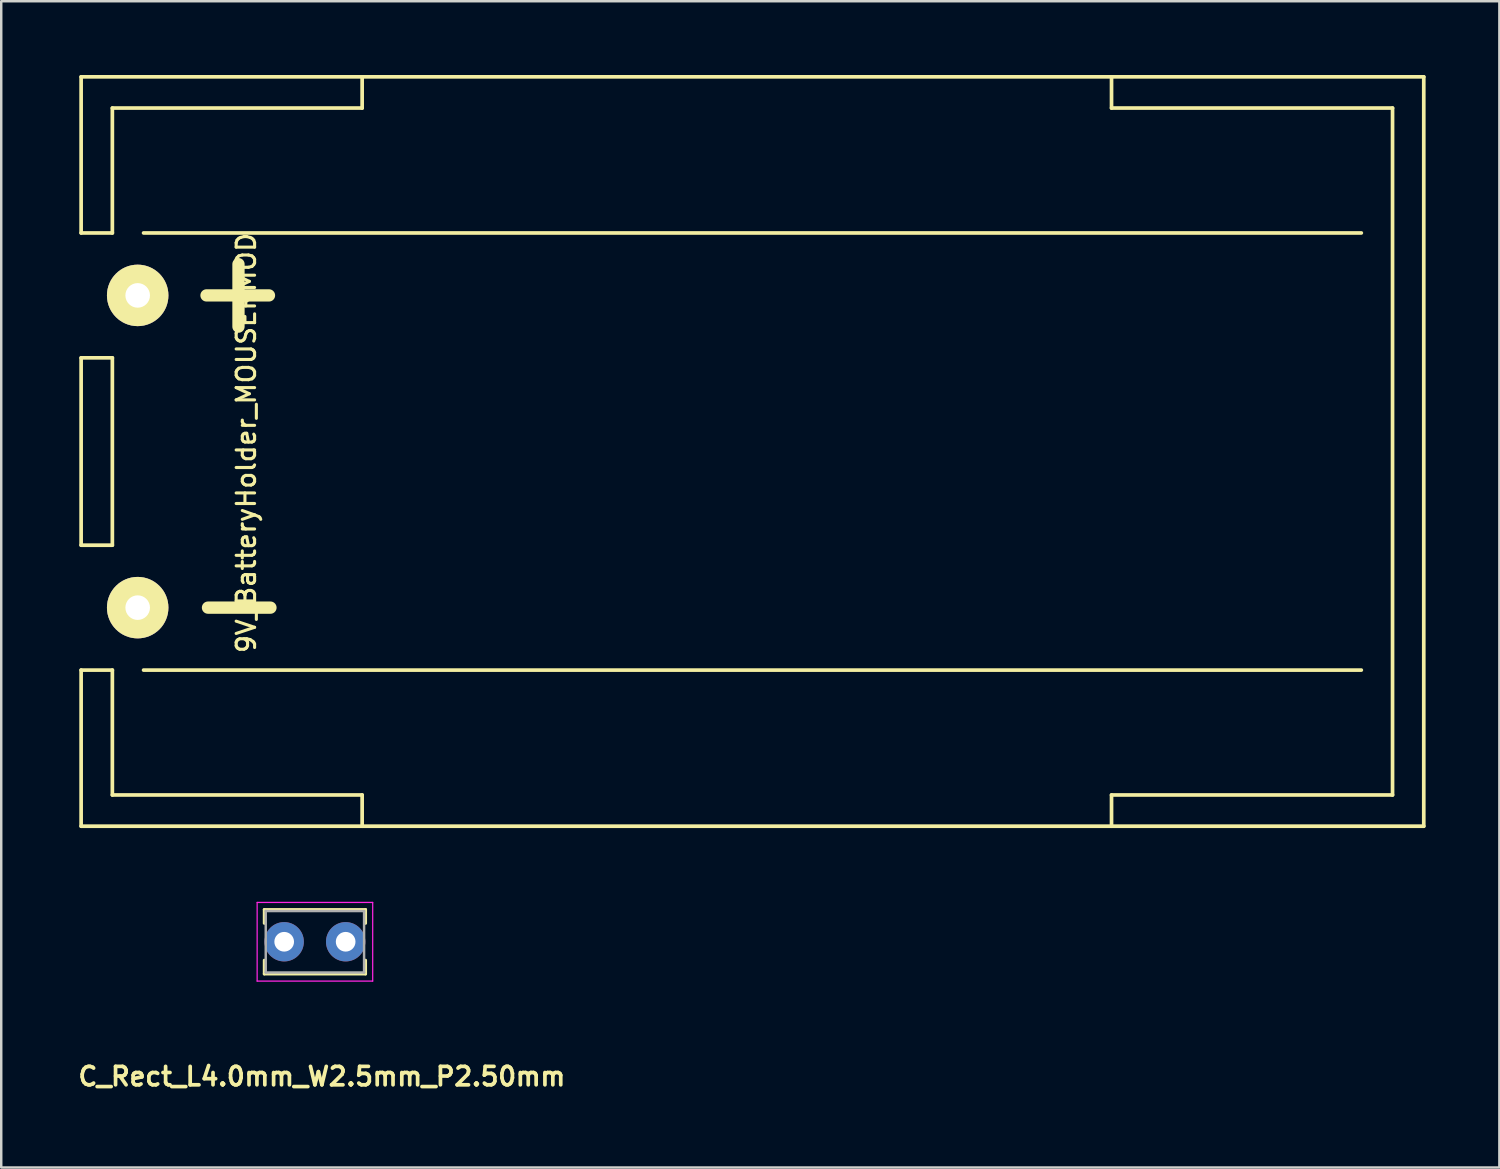
<source format=kicad_pcb>
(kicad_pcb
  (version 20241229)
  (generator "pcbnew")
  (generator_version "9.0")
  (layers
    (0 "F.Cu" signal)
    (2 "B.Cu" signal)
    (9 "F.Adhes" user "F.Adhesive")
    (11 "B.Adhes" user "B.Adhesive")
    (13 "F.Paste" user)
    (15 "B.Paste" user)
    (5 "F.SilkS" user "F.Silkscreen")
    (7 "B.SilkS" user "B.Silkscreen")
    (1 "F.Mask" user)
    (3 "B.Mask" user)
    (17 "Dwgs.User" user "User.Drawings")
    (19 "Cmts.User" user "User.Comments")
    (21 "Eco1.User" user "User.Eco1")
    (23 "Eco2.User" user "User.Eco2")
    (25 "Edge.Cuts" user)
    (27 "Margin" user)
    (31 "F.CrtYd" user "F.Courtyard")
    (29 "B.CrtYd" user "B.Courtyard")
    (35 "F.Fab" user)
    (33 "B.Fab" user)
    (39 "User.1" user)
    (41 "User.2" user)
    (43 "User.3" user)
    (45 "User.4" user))
  (footprint "9V_BatteryHolder_MOUSERMOD"
    (layer "F.Cu")
    (at 0.25 8.965)
    (property "Reference" "9V_BatteryHolder_MOUSERMOD" (at 6.715 6 90) (layer "F.SilkS") (effects (font (size 0.75 0.75) (thickness 0.125))))
    (attr through_hole)
    (fp_line (start 0 -8.89) (end 0 -2.54) (stroke (width 0.15) (type solid)) (layer "F.SilkS"))
    (fp_line (start 0 -8.89) (end 54.61 -8.89) (stroke (width 0.15) (type solid)) (layer "F.SilkS"))
    (fp_line (start 0 -2.54) (end 1.27 -2.54) (stroke (width 0.15) (type solid)) (layer "F.SilkS"))
    (fp_line (start 0 2.54) (end 0 10.16) (stroke (width 0.15) (type solid)) (layer "F.SilkS"))
    (fp_line (start 0 15.24) (end 0 21.59) (stroke (width 0.15) (type solid)) (layer "F.SilkS"))
    (fp_line (start 0 21.59) (end 54.61 21.59) (stroke (width 0.15) (type solid)) (layer "F.SilkS"))
    (fp_line (start 1.27 -7.62) (end 11.43 -7.62) (stroke (width 0.15) (type solid)) (layer "F.SilkS"))
    (fp_line (start 1.27 -2.54) (end 1.27 -7.62) (stroke (width 0.15) (type solid)) (layer "F.SilkS"))
    (fp_line (start 1.27 2.54) (end 0 2.54) (stroke (width 0.15) (type solid)) (layer "F.SilkS"))
    (fp_line (start 1.27 2.54) (end 1.27 10.16) (stroke (width 0.15) (type solid)) (layer "F.SilkS"))
    (fp_line (start 1.27 10.16) (end 0 10.16) (stroke (width 0.15) (type solid)) (layer "F.SilkS"))
    (fp_line (start 1.27 15.24) (end 0 15.24) (stroke (width 0.15) (type solid)) (layer "F.SilkS"))
    (fp_line (start 1.27 15.24) (end 1.27 20.32) (stroke (width 0.15) (type solid)) (layer "F.SilkS"))
    (fp_line (start 1.27 20.32) (end 11.43 20.32) (stroke (width 0.15) (type solid)) (layer "F.SilkS"))
    (fp_line (start 2.54 15.24) (end 52.07 15.24) (stroke (width 0.15) (type solid)) (layer "F.SilkS"))
    (fp_line (start 5.1 0) (end 7.64 0) (stroke (width 0.5) (type solid)) (layer "F.SilkS"))
    (fp_line (start 5.16 12.7) (end 7.7 12.7) (stroke (width 0.5) (type solid)) (layer "F.SilkS"))
    (fp_line (start 6.4 -1.27) (end 6.4 1.27) (stroke (width 0.5) (type solid)) (layer "F.SilkS"))
    (fp_line (start 11.43 -7.62) (end 11.43 -8.89) (stroke (width 0.15) (type solid)) (layer "F.SilkS"))
    (fp_line (start 11.43 20.32) (end 11.43 21.59) (stroke (width 0.15) (type solid)) (layer "F.SilkS"))
    (fp_line (start 41.91 -8.89) (end 41.91 -7.62) (stroke (width 0.15) (type solid)) (layer "F.SilkS"))
    (fp_line (start 41.91 -7.62) (end 53.34 -7.62) (stroke (width 0.15) (type solid)) (layer "F.SilkS"))
    (fp_line (start 41.91 20.32) (end 41.91 21.59) (stroke (width 0.15) (type solid)) (layer "F.SilkS"))
    (fp_line (start 52.07 -2.54) (end 2.54 -2.54) (stroke (width 0.15) (type solid)) (layer "F.SilkS"))
    (fp_line (start 53.34 -7.62) (end 53.34 20.32) (stroke (width 0.15) (type solid)) (layer "F.SilkS"))
    (fp_line (start 53.34 20.32) (end 41.91 20.32) (stroke (width 0.15) (type solid)) (layer "F.SilkS"))
    (fp_line (start 54.61 21.59) (end 54.61 -8.89) (stroke (width 0.15) (type solid)) (layer "F.SilkS"))
    (pad "+" thru_hole circle (at 2.3 0) (size 2.5 2.5) (drill 1) (layers "*.Cu" "*.Mask" "F.SilkS"))
    (pad "-" thru_hole circle (at 2.3 12.7) (size 2.5 2.5) (drill 1) (layers "*.Cu" "*.Mask" "F.SilkS")))
  (footprint "C_Rect_L4.0mm_W2.5mm_P2.50mm"
    (layer "F.Cu")
    (at 8.509 35.255)
    (property "Reference" "C_Rect_L4.0mm_W2.5mm_P2.50mm" (at 1.534 5.479 0) (layer "F.SilkS") (effects (font (size 0.75 0.75) (thickness 0.15))))
    (attr through_hole)
    (fp_line (start -0.81 -1.31) (end -0.81 -0.75) (stroke (width 0.12) (type solid)) (layer "F.SilkS"))
    (fp_line (start -0.81 -1.31) (end 3.31 -1.31) (stroke (width 0.12) (type solid)) (layer "F.SilkS"))
    (fp_line (start -0.81 0.75) (end -0.81 1.31) (stroke (width 0.12) (type solid)) (layer "F.SilkS"))
    (fp_line (start -0.81 1.31) (end 3.31 1.31) (stroke (width 0.12) (type solid)) (layer "F.SilkS"))
    (fp_line (start 3.31 -1.31) (end 3.31 -0.75) (stroke (width 0.12) (type solid)) (layer "F.SilkS"))
    (fp_line (start 3.31 0.75) (end 3.31 1.31) (stroke (width 0.12) (type solid)) (layer "F.SilkS"))
    (fp_line (start -1.1 -1.6) (end -1.1 1.6) (stroke (width 0.05) (type solid)) (layer "F.CrtYd"))
    (fp_line (start -1.1 1.6) (end 3.6 1.6) (stroke (width 0.05) (type solid)) (layer "F.CrtYd"))
    (fp_line (start 3.6 -1.6) (end -1.1 -1.6) (stroke (width 0.05) (type solid)) (layer "F.CrtYd"))
    (fp_line (start 3.6 1.6) (end 3.6 -1.6) (stroke (width 0.05) (type solid)) (layer "F.CrtYd"))
    (fp_line (start -0.75 -1.25) (end -0.75 1.25) (stroke (width 0.1) (type solid)) (layer "F.Fab"))
    (fp_line (start -0.75 1.25) (end 3.25 1.25) (stroke (width 0.1) (type solid)) (layer "F.Fab"))
    (fp_line (start 3.25 -1.25) (end -0.75 -1.25) (stroke (width 0.1) (type solid)) (layer "F.Fab"))
    (fp_line (start 3.25 1.25) (end 3.25 -1.25) (stroke (width 0.1) (type solid)) (layer "F.Fab"))
    (pad "1" thru_hole circle (at 0 0) (size 1.6 1.6) (drill 0.8) (layers "*.Cu" "*.Mask"))
    (pad "2" thru_hole circle (at 2.5 0) (size 1.6 1.6) (drill 0.8) (layers "*.Cu" "*.Mask")))
  (gr_rect
    (start -3 -3)
    (end 57.935 44.436)
    (stroke (width 0.1) (type default))
    (fill no)
    (layer "Edge.Cuts")))
</source>
